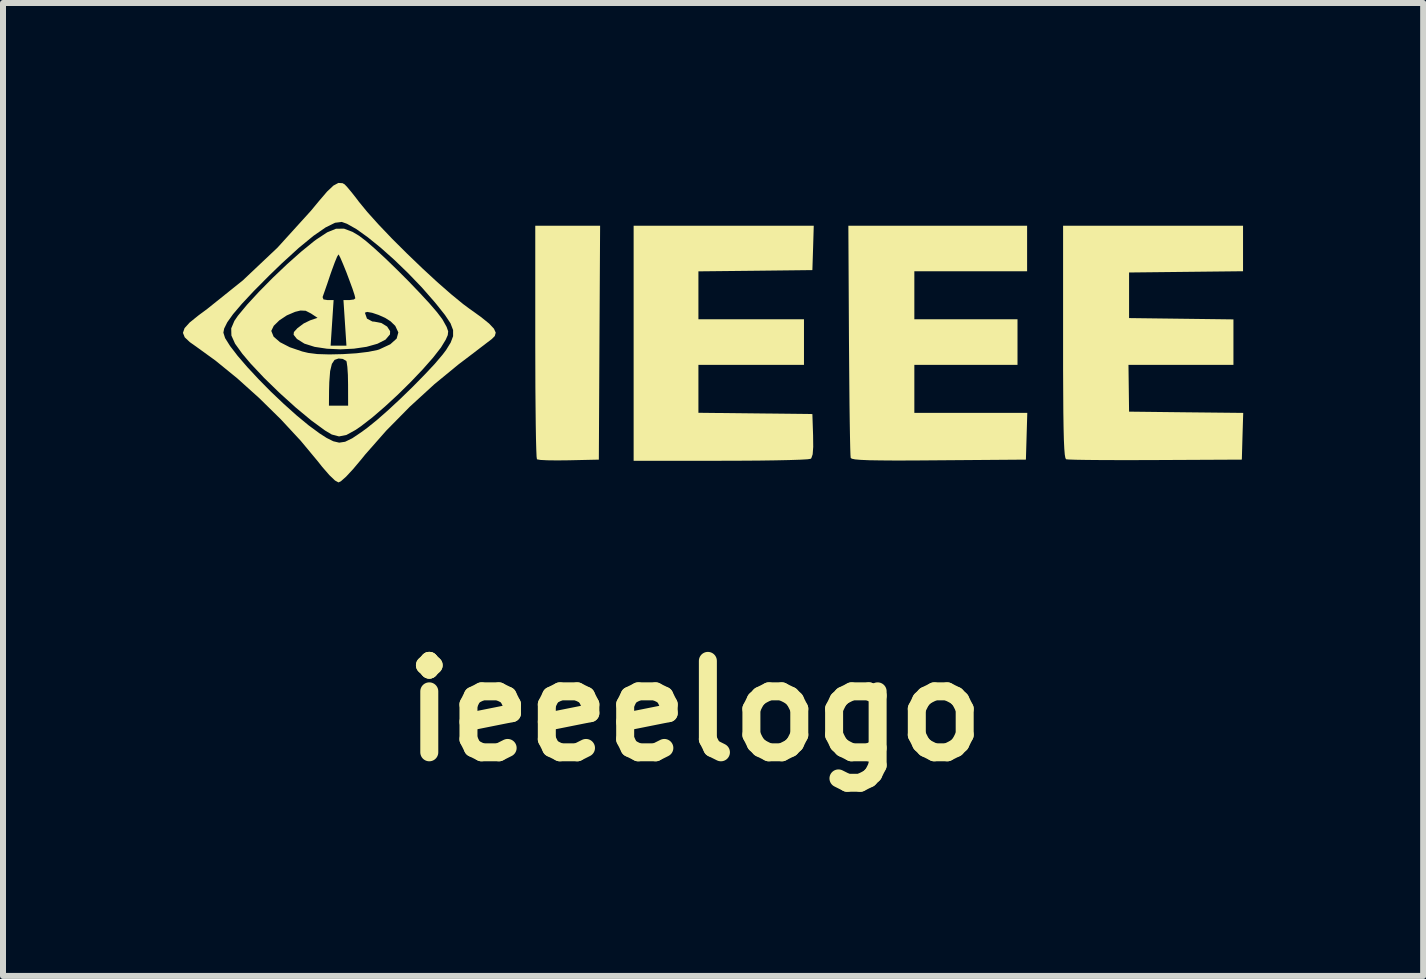
<source format=kicad_pcb>
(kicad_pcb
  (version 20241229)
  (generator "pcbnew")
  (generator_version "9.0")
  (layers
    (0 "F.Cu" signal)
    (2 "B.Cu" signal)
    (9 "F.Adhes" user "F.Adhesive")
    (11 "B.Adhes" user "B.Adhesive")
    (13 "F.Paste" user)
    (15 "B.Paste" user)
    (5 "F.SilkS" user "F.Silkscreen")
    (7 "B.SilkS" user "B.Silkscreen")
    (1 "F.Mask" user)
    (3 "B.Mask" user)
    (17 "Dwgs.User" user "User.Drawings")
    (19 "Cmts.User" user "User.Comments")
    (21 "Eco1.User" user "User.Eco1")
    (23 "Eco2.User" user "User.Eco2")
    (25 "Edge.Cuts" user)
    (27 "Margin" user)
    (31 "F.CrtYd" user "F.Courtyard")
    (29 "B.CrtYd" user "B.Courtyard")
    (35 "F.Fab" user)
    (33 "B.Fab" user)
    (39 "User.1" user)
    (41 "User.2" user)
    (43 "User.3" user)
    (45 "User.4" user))
  (footprint "ieeelogo"
    (layer "F.Cu")
    (at 8.874 2.513)
    (property "Reference" "ieeelogo" (at -0.34 6.29 0) (layer "F.SilkS") (effects (font (size 1.524 1.524) (thickness 0.3))))
    (attr board_only exclude_from_pos_files exclude_from_bom)
    (fp_poly (pts (xy -1.93 0.15) (xy -1.94 2.1) (xy -2.442 2.111) (xy -2.635 2.113) (xy -2.798 2.111) (xy -2.916 2.105) (xy -2.971 2.095) (xy -2.972 2.094) (xy -2.978 2.05) (xy -2.983 1.934) (xy -2.988 1.753) (xy -2.992 1.515) (xy -2.995 1.23) (xy -2.998 0.903) (xy -2.999 0.543) (xy -3 0.159) (xy -3 0.133) (xy -3 -1.8) (xy -1.919 -1.8)) (stroke (width 0) (type solid)) (fill yes) (layer "F.SilkS"))
    (fp_poly (pts (xy 1.632 -1.43) (xy 1.62 -1.06) (xy 0.67 -1.049) (xy -0.28 -1.039) (xy -0.28 -0.24) (xy 1.48 -0.24) (xy 1.48 0.52) (xy -0.28 0.52) (xy -0.28 1.319) (xy 1.62 1.34) (xy 1.632 1.697) (xy 1.634 1.888) (xy 1.625 2.011) (xy 1.603 2.075) (xy 1.592 2.086) (xy 1.541 2.094) (xy 1.42 2.101) (xy 1.237 2.107) (xy 1.002 2.112) (xy 0.725 2.116) (xy 0.414 2.118) (xy 0.09 2.119) (xy -1.36 2.12) (xy -1.36 -1.8) (xy 0.142 -1.8) (xy 1.643 -1.8)) (stroke (width 0) (type solid)) (fill yes) (layer "F.SilkS"))
    (fp_poly (pts (xy 3.71 -1.8) (xy 5.2 -1.8) (xy 5.2 -1.04) (xy 3.32 -1.04) (xy 3.32 -0.24) (xy 5.04 -0.24) (xy 5.04 0.52) (xy 3.32 0.52) (xy 3.32 1.32) (xy 5.203 1.32) (xy 5.18 2.1) (xy 3.729 2.111) (xy 3.335 2.114) (xy 3.014 2.115) (xy 2.76 2.113) (xy 2.566 2.11) (xy 2.426 2.104) (xy 2.332 2.096) (xy 2.279 2.085) (xy 2.259 2.071) (xy 2.255 2.022) (xy 2.251 1.901) (xy 2.247 1.716) (xy 2.243 1.475) (xy 2.239 1.186) (xy 2.236 0.857) (xy 2.233 0.496) (xy 2.23 0.112) (xy 2.23 0.11) (xy 2.22 -1.8)) (stroke (width 0) (type solid)) (fill yes) (layer "F.SilkS"))
    (fp_poly (pts (xy 8.8 -1.041) (xy 6.9 -1.02) (xy 6.9 -0.26) (xy 8.64 -0.238) (xy 8.64 0.52) (xy 6.89 0.52) (xy 6.895 0.91) (xy 6.9 1.3) (xy 7.851 1.311) (xy 8.803 1.321) (xy 8.791 1.711) (xy 8.78 2.1) (xy 7.34 2.107) (xy 7.007 2.108) (xy 6.698 2.108) (xy 6.424 2.107) (xy 6.192 2.105) (xy 6.013 2.102) (xy 5.896 2.098) (xy 5.85 2.094) (xy 5.838 2.072) (xy 5.828 2.015) (xy 5.82 1.916) (xy 5.813 1.77) (xy 5.808 1.571) (xy 5.804 1.314) (xy 5.802 0.994) (xy 5.8 0.605) (xy 5.8 0.142) (xy 5.8 -1.8) (xy 8.8 -1.8)) (stroke (width 0) (type solid)) (fill yes) (layer "F.SilkS"))
    (fp_poly (pts (xy -6.213 -2.509) (xy -6.178 -2.489) (xy -6.136 -2.445) (xy -6.06 -2.354) (xy -5.966 -2.234) (xy -5.941 -2.2) (xy -5.8 -2.028) (xy -5.611 -1.818) (xy -5.387 -1.583) (xy -5.14 -1.337) (xy -4.885 -1.092) (xy -4.635 -0.861) (xy -4.403 -0.658) (xy -4.203 -0.494) (xy -4.109 -0.424) (xy -3.908 -0.28) (xy -3.77 -0.169) (xy -3.689 -0.083) (xy -3.659 -0.017) (xy -3.675 0.04) (xy -3.724 0.089) (xy -3.791 0.14) (xy -3.906 0.228) (xy -4.055 0.342) (xy -4.225 0.471) (xy -4.278 0.511) (xy -4.68 0.841) (xy -5.091 1.217) (xy -5.483 1.615) (xy -5.832 2.011) (xy -5.896 2.09) (xy -6.037 2.258) (xy -6.154 2.384) (xy -6.241 2.461) (xy -6.281 2.48) (xy -6.339 2.448) (xy -6.432 2.359) (xy -6.552 2.221) (xy -6.624 2.13) (xy -6.91 1.786) (xy -7.241 1.429) (xy -7.6 1.076) (xy -7.969 0.744) (xy -8.33 0.45) (xy -8.62 0.24) (xy -8.758 0.142) (xy -8.844 0.061) (xy -8.874 -0.013) (xy -8.873 -0.017) (xy -8.2 -0.017) (xy -8.171 0.074) (xy -8.088 0.206) (xy -7.962 0.37) (xy -7.8 0.558) (xy -7.612 0.76) (xy -7.408 0.967) (xy -7.194 1.17) (xy -6.982 1.36) (xy -6.779 1.528) (xy -6.594 1.664) (xy -6.479 1.738) (xy -6.367 1.794) (xy -6.269 1.817) (xy -6.17 1.802) (xy -6.051 1.744) (xy -5.898 1.641) (xy -5.8 1.569) (xy -5.64 1.44) (xy -5.45 1.273) (xy -5.246 1.083) (xy -5.04 0.883) (xy -4.846 0.685) (xy -4.676 0.504) (xy -4.546 0.351) (xy -4.487 0.273) (xy -4.41 0.148) (xy -4.37 0.042) (xy -4.37 -0.06) (xy -4.413 -0.173) (xy -4.505 -0.311) (xy -4.647 -0.49) (xy -4.681 -0.531) (xy -4.891 -0.771) (xy -5.118 -1.007) (xy -5.35 -1.231) (xy -5.578 -1.434) (xy -5.793 -1.608) (xy -5.983 -1.744) (xy -6.139 -1.832) (xy -6.226 -1.863) (xy -6.338 -1.849) (xy -6.496 -1.771) (xy -6.698 -1.631) (xy -6.943 -1.43) (xy -7.229 -1.169) (xy -7.438 -0.967) (xy -7.694 -0.709) (xy -7.892 -0.497) (xy -8.038 -0.326) (xy -8.135 -0.19) (xy -8.187 -0.085) (xy -8.2 -0.017) (xy -8.873 -0.017) (xy -8.847 -0.092) (xy -8.761 -0.187) (xy -8.612 -0.307) (xy -8.47 -0.412) (xy -7.876 -0.888) (xy -7.297 -1.435) (xy -6.741 -2.048) (xy -6.607 -2.21) (xy -6.47 -2.37) (xy -6.365 -2.469) (xy -6.283 -2.513)) (stroke (width 0) (type solid)) (fill yes) (layer "F.SilkS"))
    (fp_poly (pts (xy -6.046 -1.697) (xy -5.937 -1.632) (xy -5.825 -1.547) (xy -5.675 -1.417) (xy -5.498 -1.254) (xy -5.307 -1.069) (xy -5.114 -0.876) (xy -4.93 -0.684) (xy -4.767 -0.508) (xy -4.638 -0.358) (xy -4.553 -0.246) (xy -4.541 -0.227) (xy -4.478 -0.113) (xy -4.452 -0.039) (xy -4.459 0.024) (xy -4.493 0.101) (xy -4.573 0.232) (xy -4.705 0.401) (xy -4.876 0.595) (xy -5.075 0.804) (xy -5.289 1.015) (xy -5.507 1.216) (xy -5.717 1.397) (xy -5.907 1.544) (xy -5.998 1.606) (xy -6.149 1.689) (xy -6.272 1.713) (xy -6.393 1.681) (xy -6.504 1.615) (xy -6.735 1.446) (xy -6.994 1.231) (xy -7.028 1.2) (xy -6.44 1.2) (xy -6.12 1.2) (xy -6.121 0.85) (xy -6.124 0.687) (xy -6.133 0.553) (xy -6.145 0.469) (xy -6.151 0.454) (xy -6.209 0.421) (xy -6.28 0.414) (xy -6.346 0.437) (xy -6.391 0.504) (xy -6.42 0.624) (xy -6.434 0.807) (xy -6.438 0.95) (xy -6.44 1.2) (xy -7.028 1.2) (xy -7.262 0.989) (xy -7.52 0.738) (xy -7.747 0.497) (xy -7.884 0.335) (xy -8.005 0.167) (xy -8.066 0.031) (xy -8.068 -0.043) (xy -7.4 -0.043) (xy -7.362 0.05) (xy -7.256 0.142) (xy -7.093 0.226) (xy -6.885 0.297) (xy -6.784 0.321) (xy -6.633 0.34) (xy -6.433 0.346) (xy -6.208 0.341) (xy -5.983 0.327) (xy -5.783 0.303) (xy -5.631 0.272) (xy -5.602 0.263) (xy -5.417 0.177) (xy -5.311 0.082) (xy -5.283 -0.021) (xy -5.334 -0.13) (xy -5.414 -0.207) (xy -5.502 -0.263) (xy -5.612 -0.312) (xy -5.719 -0.348) (xy -5.803 -0.363) (xy -5.84 -0.35) (xy -5.84 -0.348) (xy -5.806 -0.251) (xy -5.716 -0.203) (xy -5.68 -0.2) (xy -5.564 -0.177) (xy -5.47 -0.119) (xy -5.42 -0.042) (xy -5.422 0.012) (xy -5.496 0.099) (xy -5.631 0.168) (xy -5.812 0.219) (xy -6.024 0.25) (xy -6.249 0.261) (xy -6.472 0.251) (xy -6.678 0.22) (xy -6.849 0.166) (xy -6.97 0.09) (xy -6.981 0.079) (xy -7.029 0.018) (xy -7.024 -0.027) (xy -6.966 -0.091) (xy -6.861 -0.17) (xy -6.754 -0.222) (xy -6.63 -0.264) (xy -6.74 -0.337) (xy -6.828 -0.382) (xy -6.914 -0.386) (xy -7.004 -0.364) (xy -7.142 -0.305) (xy -7.267 -0.222) (xy -7.36 -0.131) (xy -7.4 -0.049) (xy -7.4 -0.043) (xy -8.068 -0.043) (xy -8.069 -0.089) (xy -8.016 -0.214) (xy -7.957 -0.3) (xy -7.804 -0.484) (xy -7.688 -0.61) (xy -6.546 -0.61) (xy -6.531 -0.571) (xy -6.464 -0.56) (xy -6.362 -0.56) (xy -6.412 0.2) (xy -6.148 0.2) (xy -6.198 -0.56) (xy -6.099 -0.56) (xy -6.024 -0.57) (xy -6 -0.59) (xy -6.013 -0.645) (xy -6.047 -0.749) (xy -6.096 -0.882) (xy -6.15 -1.026) (xy -6.204 -1.159) (xy -6.248 -1.262) (xy -6.276 -1.316) (xy -6.281 -1.32) (xy -6.303 -1.285) (xy -6.342 -1.191) (xy -6.392 -1.055) (xy -6.415 -0.99) (xy -6.467 -0.835) (xy -6.512 -0.706) (xy -6.541 -0.624) (xy -6.546 -0.61) (xy -7.688 -0.61) (xy -7.605 -0.7) (xy -7.377 -0.931) (xy -7.137 -1.159) (xy -6.903 -1.367) (xy -6.692 -1.539) (xy -6.646 -1.573) (xy -6.468 -1.69) (xy -6.323 -1.749) (xy -6.189 -1.751)) (stroke (width 0) (type solid)) (fill yes) (layer "F.SilkS")))
  (gr_rect
    (start -3 -3)
    (end 20.677 13.221)
    (stroke (width 0.1) (type default))
    (fill no)
    (layer "Edge.Cuts")))
</source>
